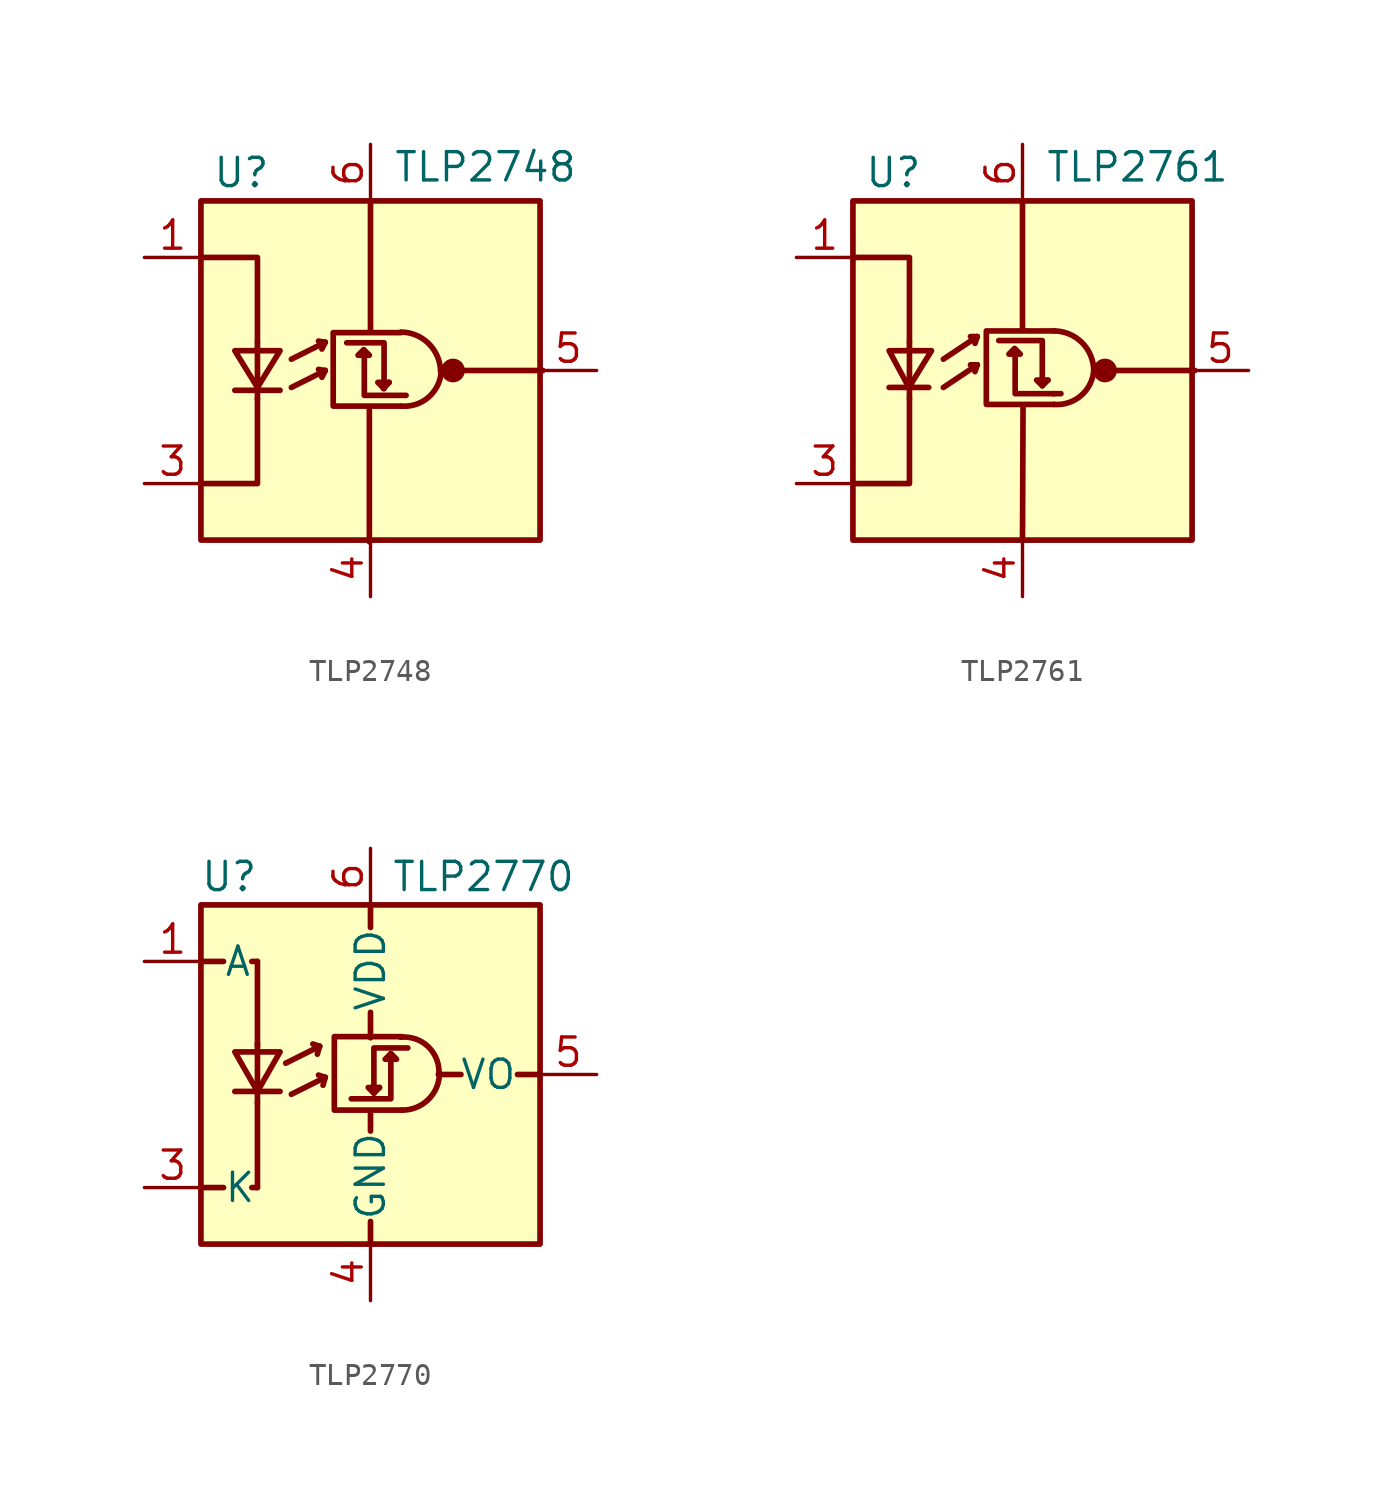
<source format=kicad_sym>
(kicad_symbol_lib
  (version 20211014)
  (generator kicad_symbol_editor)
  (symbol "TLP2748"
    (pin_names
      (offset 1.016) hide)
    (property "Reference" "U"
      (at -7.112 8.89 0)
      (effects (font (size 1.27 1.27)) (justify left)))
    (property "Value" "TLP2748"
      (at 1.016 9.144 0)
      (effects (font (size 1.27 1.27)) (justify left)))
    (symbol "TLP2748_0_1"
      (rectangle (start -7.62 7.62) (end 7.62 -7.62) (stroke (width 0.254) (type default) (color 0 0 0 0)) (fill (type background)))
      (polyline (pts (xy -6.096 -0.889) (xy -4.064 -0.889)) (stroke (width 0.254) (type default) (color 0 0 0 0)) (fill (type none)))
      (polyline (pts (xy -5.08 -1.27) (xy -5.08 -0.914)) (stroke (width 0.254) (type default) (color 0 0 0 0)) (fill (type none)))
      (polyline (pts (xy -5.08 1.016) (xy -5.08 -0.762)) (stroke (width 0.254) (type default) (color 0 0 0 0)) (fill (type none)))
      (polyline (pts (xy -5.08 1.27) (xy -5.08 0.914)) (stroke (width 0.254) (type default) (color 0 0 0 0)) (fill (type none)))
      (polyline (pts (xy -3.556 -0.762) (xy -2.032 0)) (stroke (width 0.254) (type default) (color 0 0 0 0)) (fill (type none)))
      (polyline (pts (xy -3.556 0.508) (xy -2.032 1.27)) (stroke (width 0.254) (type default) (color 0 0 0 0)) (fill (type none)))
      (polyline (pts (xy -2.032 0) (xy -2.337 0.051)) (stroke (width 0.254) (type default) (color 0 0 0 0)) (fill (type none)))
      (polyline (pts (xy -2.032 0) (xy -2.184 -0.305)) (stroke (width 0.254) (type default) (color 0 0 0 0)) (fill (type none)))
      (polyline (pts (xy -2.032 1.27) (xy -2.337 1.321)) (stroke (width 0.254) (type default) (color 0 0 0 0)) (fill (type none)))
      (polyline (pts (xy -2.032 1.27) (xy -2.184 0.965)) (stroke (width 0.254) (type default) (color 0 0 0 0)) (fill (type none)))
      (polyline (pts (xy -0.051 -7.696) (xy -0.051 -1.727)) (stroke (width 0.254) (type default) (color 0 0 0 0)) (fill (type none)))
      (polyline (pts (xy 0 7.645) (xy 0 1.803)) (stroke (width 0.254) (type default) (color 0 0 0 0)) (fill (type none)))
      (polyline (pts (xy 0.838 -0.533) (xy 0.584 -0.813)) (stroke (width 0.254) (type default) (color 0 0 0 0)) (fill (type none)))
      (polyline (pts (xy 7.747 0) (xy 4.064 0)) (stroke (width 0.254) (type default) (color 0 0 0 0)) (fill (type none)))
      (polyline (pts (xy -7.62 -5.08) (xy -5.08 -5.08) (xy -5.08 -1.27)) (stroke (width 0.254) (type default) (color 0 0 0 0)) (fill (type none)))
      (polyline (pts (xy -5.08 1.27) (xy -5.08 5.08) (xy -7.62 5.08)) (stroke (width 0.254) (type default) (color 0 0 0 0)) (fill (type none)))
      (polyline (pts (xy -0.279 0.66) (xy -0.279 -1.118) (xy 1.6 -1.118)) (stroke (width 0.254) (type default) (color 0 0 0 0)) (fill (type none)))
      (polyline (pts (xy 0.584 -0.787) (xy 0.33 -0.533) (xy 0.838 -0.533)) (stroke (width 0.254) (type default) (color 0 0 0 0)) (fill (type none)))
      (polyline (pts (xy 0.61 -0.813) (xy 0.61 1.245) (xy -1.067 1.245)) (stroke (width 0.254) (type default) (color 0 0 0 0)) (fill (type none)))
      (polyline (pts (xy -6.096 0.889) (xy -4.064 0.889) (xy -5.08 -0.762) (xy -6.096 0.889)) (stroke (width 0.254) (type default) (color 0 0 0 0)) (fill (type none)))
      (polyline (pts (xy -0.305 0.94) (xy -0.559 0.686) (xy -0.051 0.686) (xy -0.305 0.94)) (stroke (width 0.254) (type default) (color 0 0 0 0)) (fill (type none)))
      (polyline (pts (xy 1.372 1.702) (xy -1.676 1.702) (xy -1.676 -1.6) (xy 1.372 -1.6)) (stroke (width 0.254) (type default) (color 0 0 0 0)) (fill (type none)))
      (arc (start 1.397 -1.6002) (mid 2.6016 -1.2064) (end 3.175 -0.0762) (stroke (width 0.254) (type default) (color 0 0 0 0)) (fill (type none)))
      (arc (start 3.1496 -0.0508) (mid 2.6235 1.2011) (end 1.3716 1.7272) (stroke (width 0.254) (type default) (color 0 0 0 0)) (fill (type none)))
      (circle (center 3.708 0) (radius 0.457) (stroke (width 0) (type default) (color 0 0 0 0)) (fill (type outline))))
    (symbol "TLP2748_1_1"
      (pin passive line (at -10.16 5.08 0) (length 2.54) (name "A" (effects (font (size 1.27 1.27)))) (number "1" (effects (font (size 1.27 1.27)))))
      (pin no_connect line (at -7.62 0 0) (length 2.54) hide (name "NC" (effects (font (size 1.27 1.27)))) (number "2" (effects (font (size 1.27 1.27)))))
      (pin passive line (at -10.16 -5.08 0) (length 2.54) (name "K" (effects (font (size 1.27 1.27)))) (number "3" (effects (font (size 1.27 1.27)))))
      (pin power_in line (at 0 -10.16 90) (length 2.54) (name "GND" (effects (font (size 1.27 1.27)))) (number "4" (effects (font (size 1.27 1.27)))))
      (pin output line (at 10.16 0 180) (length 2.54) (name "VO" (effects (font (size 1.27 1.27)))) (number "5" (effects (font (size 1.27 1.27)))))
      (pin power_in line (at 0 10.16 270) (length 2.54) (name "VDD" (effects (font (size 1.27 1.27)))) (number "6" (effects (font (size 1.27 1.27)))))))
  (symbol "TLP2761"
    (pin_names
      (offset 1.016) hide)
    (property "Reference" "U"
      (at -7.112 8.89 0)
      (effects (font (size 1.27 1.27)) (justify left)))
    (property "Value" "TLP2761"
      (at 1.016 9.144 0)
      (effects (font (size 1.27 1.27)) (justify left)))
    (symbol "TLP2761_0_1"
      (rectangle (start -7.62 7.62) (end 7.62 -7.62) (stroke (width 0.254) (type default) (color 0 0 0 0)) (fill (type background)))
      (polyline (pts (xy -5.994 -0.762) (xy -4.216 -0.762)) (stroke (width 0.254) (type default) (color 0 0 0 0)) (fill (type none)))
      (polyline (pts (xy -5.08 -1.27) (xy -5.08 -0.762)) (stroke (width 0.254) (type default) (color 0 0 0 0)) (fill (type none)))
      (polyline (pts (xy -5.08 1.016) (xy -5.08 -0.762)) (stroke (width 0.254) (type default) (color 0 0 0 0)) (fill (type none)))
      (polyline (pts (xy -5.08 1.27) (xy -5.08 1.016)) (stroke (width 0.254) (type default) (color 0 0 0 0)) (fill (type none)))
      (polyline (pts (xy -3.556 -0.762) (xy -2.032 0.254)) (stroke (width 0.254) (type default) (color 0 0 0 0)) (fill (type none)))
      (polyline (pts (xy -3.556 0.508) (xy -2.032 1.524)) (stroke (width 0.254) (type default) (color 0 0 0 0)) (fill (type none)))
      (polyline (pts (xy -2.032 0.254) (xy -2.337 0.254)) (stroke (width 0.254) (type default) (color 0 0 0 0)) (fill (type none)))
      (polyline (pts (xy -2.032 0.254) (xy -2.134 -0.051)) (stroke (width 0.254) (type default) (color 0 0 0 0)) (fill (type none)))
      (polyline (pts (xy -2.032 1.524) (xy -2.337 1.524)) (stroke (width 0.254) (type default) (color 0 0 0 0)) (fill (type none)))
      (polyline (pts (xy -2.032 1.524) (xy -2.134 1.219)) (stroke (width 0.254) (type default) (color 0 0 0 0)) (fill (type none)))
      (polyline (pts (xy 0 -7.62) (xy 0.025 -1.549)) (stroke (width 0.254) (type default) (color 0 0 0 0)) (fill (type none)))
      (polyline (pts (xy 0 7.645) (xy 0 1.854)) (stroke (width 0.254) (type default) (color 0 0 0 0)) (fill (type none)))
      (polyline (pts (xy 0.889 -0.686) (xy 1.143 -0.432)) (stroke (width 0.254) (type default) (color 0 0 0 0)) (fill (type none)))
      (polyline (pts (xy 1.372 -1.041) (xy 1.727 -1.041)) (stroke (width 0.254) (type default) (color 0 0 0 0)) (fill (type none)))
      (polyline (pts (xy 4.14 0) (xy 7.747 0)) (stroke (width 0.254) (type default) (color 0 0 0 0)) (fill (type none)))
      (polyline (pts (xy -7.62 -5.08) (xy -5.08 -5.08) (xy -5.08 -1.27)) (stroke (width 0.254) (type default) (color 0 0 0 0)) (fill (type none)))
      (polyline (pts (xy -5.08 1.27) (xy -5.08 5.08) (xy -7.62 5.08)) (stroke (width 0.254) (type default) (color 0 0 0 0)) (fill (type none)))
      (polyline (pts (xy -0.33 0.686) (xy -0.33 -1.041) (xy 1.422 -1.041)) (stroke (width 0.254) (type default) (color 0 0 0 0)) (fill (type none)))
      (polyline (pts (xy 0.889 -0.686) (xy 0.635 -0.432) (xy 1.143 -0.432)) (stroke (width 0.254) (type default) (color 0 0 0 0)) (fill (type none)))
      (polyline (pts (xy 0.889 -0.381) (xy 0.889 1.346) (xy -1.067 1.346)) (stroke (width 0.254) (type default) (color 0 0 0 0)) (fill (type none)))
      (polyline (pts (xy -5.994 0.889) (xy -4.089 0.889) (xy -5.105 -0.762) (xy -5.994 0.889)) (stroke (width 0.254) (type default) (color 0 0 0 0)) (fill (type none)))
      (polyline (pts (xy -0.356 0.991) (xy -0.61 0.737) (xy -0.102 0.737) (xy -0.356 0.991)) (stroke (width 0.254) (type default) (color 0 0 0 0)) (fill (type none)))
      (polyline (pts (xy 1.422 1.778) (xy -1.626 1.778) (xy -1.626 -1.524) (xy 1.422 -1.524)) (stroke (width 0.254) (type default) (color 0 0 0 0)) (fill (type none)))
      (arc (start 1.4224 -1.524) (mid 2.627 -1.1302) (end 3.2004 0) (stroke (width 0.254) (type default) (color 0 0 0 0)) (fill (type none)))
      (arc (start 3.2004 0) (mid 2.6743 1.2519) (end 1.4224 1.778) (stroke (width 0.254) (type default) (color 0 0 0 0)) (fill (type none)))
      (circle (center 3.708 0) (radius 0.457) (stroke (width 0) (type default) (color 0 0 0 0)) (fill (type outline))))
    (symbol "TLP2761_1_1"
      (pin passive line (at -10.16 5.08 0) (length 2.54) (name "A" (effects (font (size 1.27 1.27)))) (number "1" (effects (font (size 1.27 1.27)))))
      (pin no_connect line (at -7.62 0 0) (length 2.54) hide (name "NC" (effects (font (size 1.27 1.27)))) (number "2" (effects (font (size 1.27 1.27)))))
      (pin passive line (at -10.16 -5.08 0) (length 2.54) (name "K" (effects (font (size 1.27 1.27)))) (number "3" (effects (font (size 1.27 1.27)))))
      (pin power_in line (at 0 -10.16 90) (length 2.54) (name "GND" (effects (font (size 1.27 1.27)))) (number "4" (effects (font (size 1.27 1.27)))))
      (pin output line (at 10.16 0 180) (length 2.54) (name "VO" (effects (font (size 1.27 1.27)))) (number "5" (effects (font (size 1.27 1.27)))))
      (pin power_in line (at 0 10.16 270) (length 2.54) (name "VDD" (effects (font (size 1.27 1.27)))) (number "6" (effects (font (size 1.27 1.27)))))))
  (symbol "TLP2770"
    (pin_names
      (offset 1.016))
    (property "Reference" "U"
      (at -6.35 8.89 0)
      (effects (font (size 1.27 1.27))))
    (property "Value" "TLP2770"
      (at 5.08 8.89 0)
      (effects (font (size 1.27 1.27))))
    (symbol "TLP2770_0_1"
      (polyline (pts (xy -7.62 -5.08) (xy -6.604 -5.08)) (stroke (width 0.254) (type default) (color 0 0 0 0)) (fill (type none)))
      (polyline (pts (xy -7.62 5.08) (xy -6.604 5.08)) (stroke (width 0.254) (type default) (color 0 0 0 0)) (fill (type none)))
      (polyline (pts (xy -5.08 -5.08) (xy -5.334 -5.08)) (stroke (width 0.254) (type default) (color 0 0 0 0)) (fill (type none)))
      (polyline (pts (xy -5.08 -1.27) (xy -5.08 -5.08)) (stroke (width 0.254) (type default) (color 0 0 0 0)) (fill (type none)))
      (polyline (pts (xy -5.08 1.27) (xy -5.08 5.08)) (stroke (width 0.254) (type default) (color 0 0 0 0)) (fill (type none)))
      (polyline (pts (xy -5.08 5.08) (xy -5.334 5.08)) (stroke (width 0.254) (type default) (color 0 0 0 0)) (fill (type none)))
      (polyline (pts (xy 0 -7.62) (xy 0 -6.604)) (stroke (width 0.254) (type default) (color 0 0 0 0)) (fill (type none)))
      (polyline (pts (xy 0 -1.651) (xy 0 -2.54)) (stroke (width 0.254) (type default) (color 0 0 0 0)) (fill (type none)))
      (polyline (pts (xy 0 1.651) (xy 0 2.794)) (stroke (width 0.254) (type default) (color 0 0 0 0)) (fill (type none)))
      (polyline (pts (xy 0 7.62) (xy 0 6.604)) (stroke (width 0.254) (type default) (color 0 0 0 0)) (fill (type none)))
      (polyline (pts (xy 3.048 0) (xy 4.064 0)) (stroke (width 0.254) (type default) (color 0 0 0 0)) (fill (type none)))
      (polyline (pts (xy 7.62 0) (xy 6.604 0)) (stroke (width 0.254) (type default) (color 0 0 0 0)) (fill (type none))))
    (symbol "TLP2770_1_1"
      (rectangle (start -7.62 7.62) (end 7.62 -7.62) (stroke (width 0.254) (type default) (color 0 0 0 0)) (fill (type background)))
      (polyline (pts (xy -6.096 -0.762) (xy -4.064 -0.762)) (stroke (width 0.254) (type default) (color 0 0 0 0)) (fill (type none)))
      (polyline (pts (xy -5.08 -0.762) (xy -5.08 -1.27)) (stroke (width 0.254) (type default) (color 0 0 0 0)) (fill (type none)))
      (polyline (pts (xy -5.08 1.016) (xy -5.08 -0.762)) (stroke (width 0.254) (type default) (color 0 0 0 0)) (fill (type none)))
      (polyline (pts (xy -5.08 1.016) (xy -5.08 1.397)) (stroke (width 0.254) (type default) (color 0 0 0 0)) (fill (type none)))
      (polyline (pts (xy -3.81 0.508) (xy -2.286 1.27)) (stroke (width 0.254) (type default) (color 0 0 0 0)) (fill (type none)))
      (polyline (pts (xy -3.556 -0.889) (xy -2.032 -0.127)) (stroke (width 0.254) (type default) (color 0 0 0 0)) (fill (type none)))
      (polyline (pts (xy -2.286 1.27) (xy -2.591 1.372)) (stroke (width 0.254) (type default) (color 0 0 0 0)) (fill (type none)))
      (polyline (pts (xy -2.286 1.27) (xy -2.388 0.914)) (stroke (width 0.254) (type default) (color 0 0 0 0)) (fill (type none)))
      (polyline (pts (xy -2.032 -0.127) (xy -2.337 -0.025)) (stroke (width 0.254) (type default) (color 0 0 0 0)) (fill (type none)))
      (polyline (pts (xy -2.032 -0.127) (xy -2.134 -0.483)) (stroke (width 0.254) (type default) (color 0 0 0 0)) (fill (type none)))
      (polyline (pts (xy 0.152 -0.838) (xy -0.102 -0.584) (xy 0.406 -0.584)) (stroke (width 0.254) (type default) (color 0 0 0 0)) (fill (type none)))
      (polyline (pts (xy 0.914 0.94) (xy 0.914 -1.092) (xy -0.864 -1.092)) (stroke (width 0.254) (type default) (color 0 0 0 0)) (fill (type none)))
      (polyline (pts (xy -6.096 1.016) (xy -4.064 1.016) (xy -5.08 -0.762) (xy -6.096 1.016)) (stroke (width 0.254) (type default) (color 0 0 0 0)) (fill (type none)))
      (polyline (pts (xy 0.914 0.94) (xy 0.66 0.686) (xy 1.168 0.686) (xy 0.914 0.94)) (stroke (width 0.254) (type default) (color 0 0 0 0)) (fill (type none)))
      (polyline (pts (xy 1.422 1.702) (xy -1.626 1.702) (xy -1.626 -1.6) (xy 1.422 -1.6)) (stroke (width 0.254) (type default) (color 0 0 0 0)) (fill (type none)))
      (polyline (pts (xy 1.676 1.194) (xy 0.152 1.194) (xy 0.152 -0.838) (xy 0.406 -0.584)) (stroke (width 0.254) (type default) (color 0 0 0 0)) (fill (type none)))
      (arc (start 1.4224 -1.6002) (mid 2.6101 -1.1115) (end 3.0988 0.0762) (stroke (width 0.254) (type default) (color 0 0 0 0)) (fill (type none)))
      (arc (start 3.0734 0) (mid 2.6011 1.2413) (end 1.3462 1.6764) (stroke (width 0.254) (type default) (color 0 0 0 0)) (fill (type none)))
      (pin passive line (at -10.16 5.08 0) (length 2.54) (name "A" (effects (font (size 1.27 1.27)))) (number "1" (effects (font (size 1.27 1.27)))))
      (pin no_connect line (at -7.62 0 0) (length 2.54) hide (name "NC" (effects (font (size 1.27 1.27)))) (number "2" (effects (font (size 1.27 1.27)))))
      (pin passive line (at -10.16 -5.08 0) (length 2.54) (name "K" (effects (font (size 1.27 1.27)))) (number "3" (effects (font (size 1.27 1.27)))))
      (pin power_in line (at 0 -10.16 90) (length 2.54) (name "GND" (effects (font (size 1.27 1.27)))) (number "4" (effects (font (size 1.27 1.27)))))
      (pin output line (at 10.16 0 180) (length 2.54) (name "VO" (effects (font (size 1.27 1.27)))) (number "5" (effects (font (size 1.27 1.27)))))
      (pin power_in line (at 0 10.16 270) (length 2.54) (name "VDD" (effects (font (size 1.27 1.27)))) (number "6" (effects (font (size 1.27 1.27))))))))
</source>
